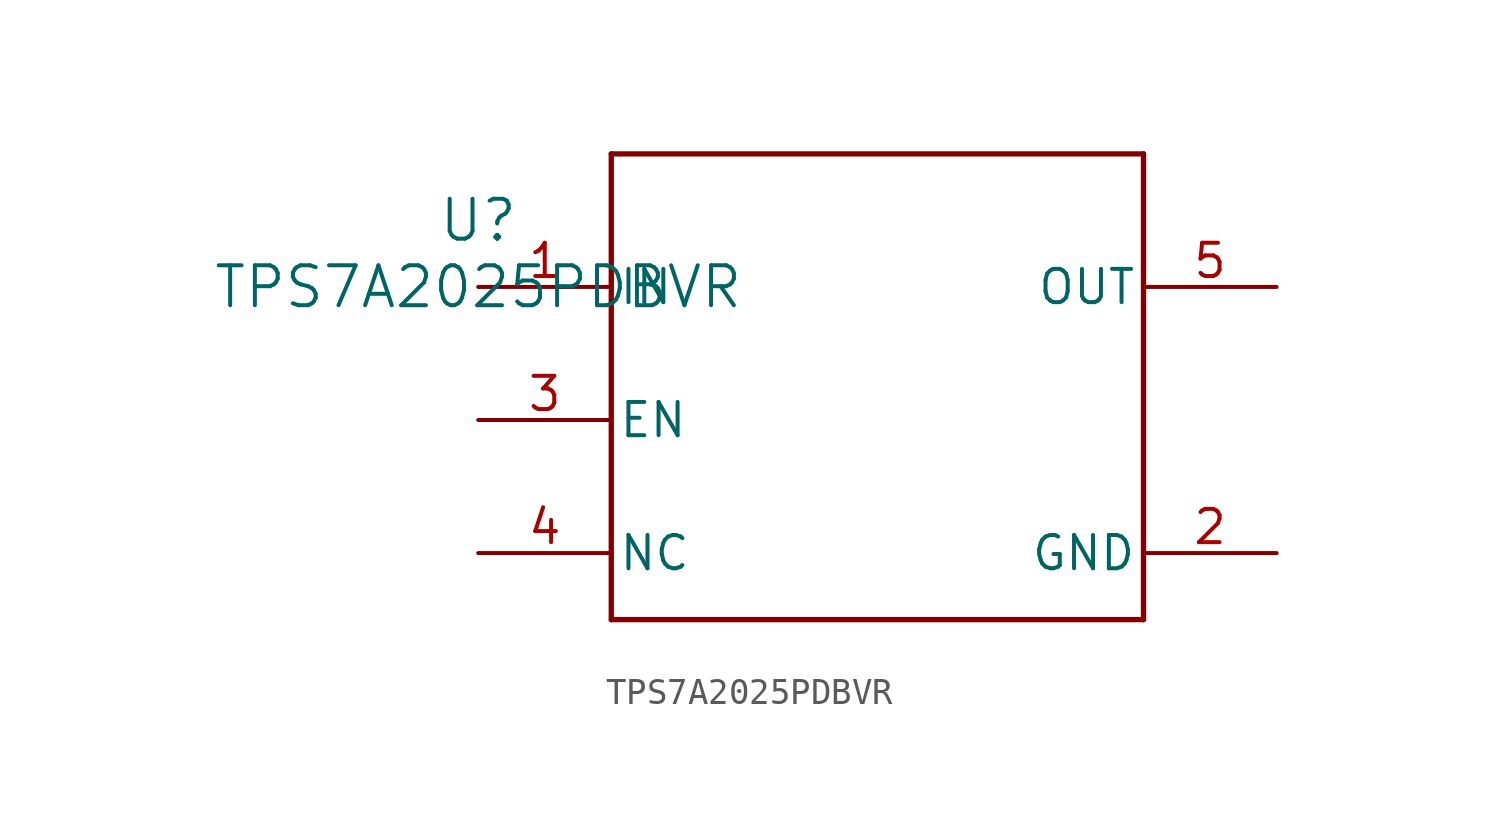
<source format=kicad_sym>
(kicad_symbol_lib
  (version 20211014)
  (generator kicad_symbol_editor)
  (symbol "TPS7A2025PDBVR"
    (pin_names
      (offset 0.254))
    (property "Reference" "U"
      (at 0 2.54 0)
      (effects (font (size 1.524 1.524))))
    (property "Value" "TPS7A2025PDBVR"
      (at 0 0 0)
      (effects (font (size 1.524 1.524))))
    (symbol "TPS7A2025PDBVR_0_1"
      (polyline (pts (xy 5.08 -12.7) (xy 25.4 -12.7)) (stroke (width 0.203) (type default) (color 0 0 0 0)) (fill (type none)))
      (polyline (pts (xy 25.4 -12.7) (xy 25.4 5.08)) (stroke (width 0.203) (type default) (color 0 0 0 0)) (fill (type none)))
      (polyline (pts (xy 25.4 5.08) (xy 5.08 5.08)) (stroke (width 0.203) (type default) (color 0 0 0 0)) (fill (type none)))
      (polyline (pts (xy 5.08 5.08) (xy 5.08 -12.7)) (stroke (width 0.203) (type default) (color 0 0 0 0)) (fill (type none)))
      (pin power_in line (at 0 0 0) (length 5.08) (name "IN" (effects (font (size 1.27 1.27)))) (number "1" (effects (font (size 1.27 1.27)))))
      (pin power_in line (at 30.48 -10.16 180) (length 5.08) (name "GND" (effects (font (size 1.27 1.27)))) (number "2" (effects (font (size 1.27 1.27)))))
      (pin input line (at 0 -5.08 0) (length 5.08) (name "EN" (effects (font (size 1.27 1.27)))) (number "3" (effects (font (size 1.27 1.27)))))
      (pin unspecified line (at 0 -10.16 0) (length 5.08) (name "NC" (effects (font (size 1.27 1.27)))) (number "4" (effects (font (size 1.27 1.27)))))
      (pin unspecified line (at 30.48 0 180) (length 5.08) (name "OUT" (effects (font (size 1.27 1.27)))) (number "5" (effects (font (size 1.27 1.27))))))))
</source>
